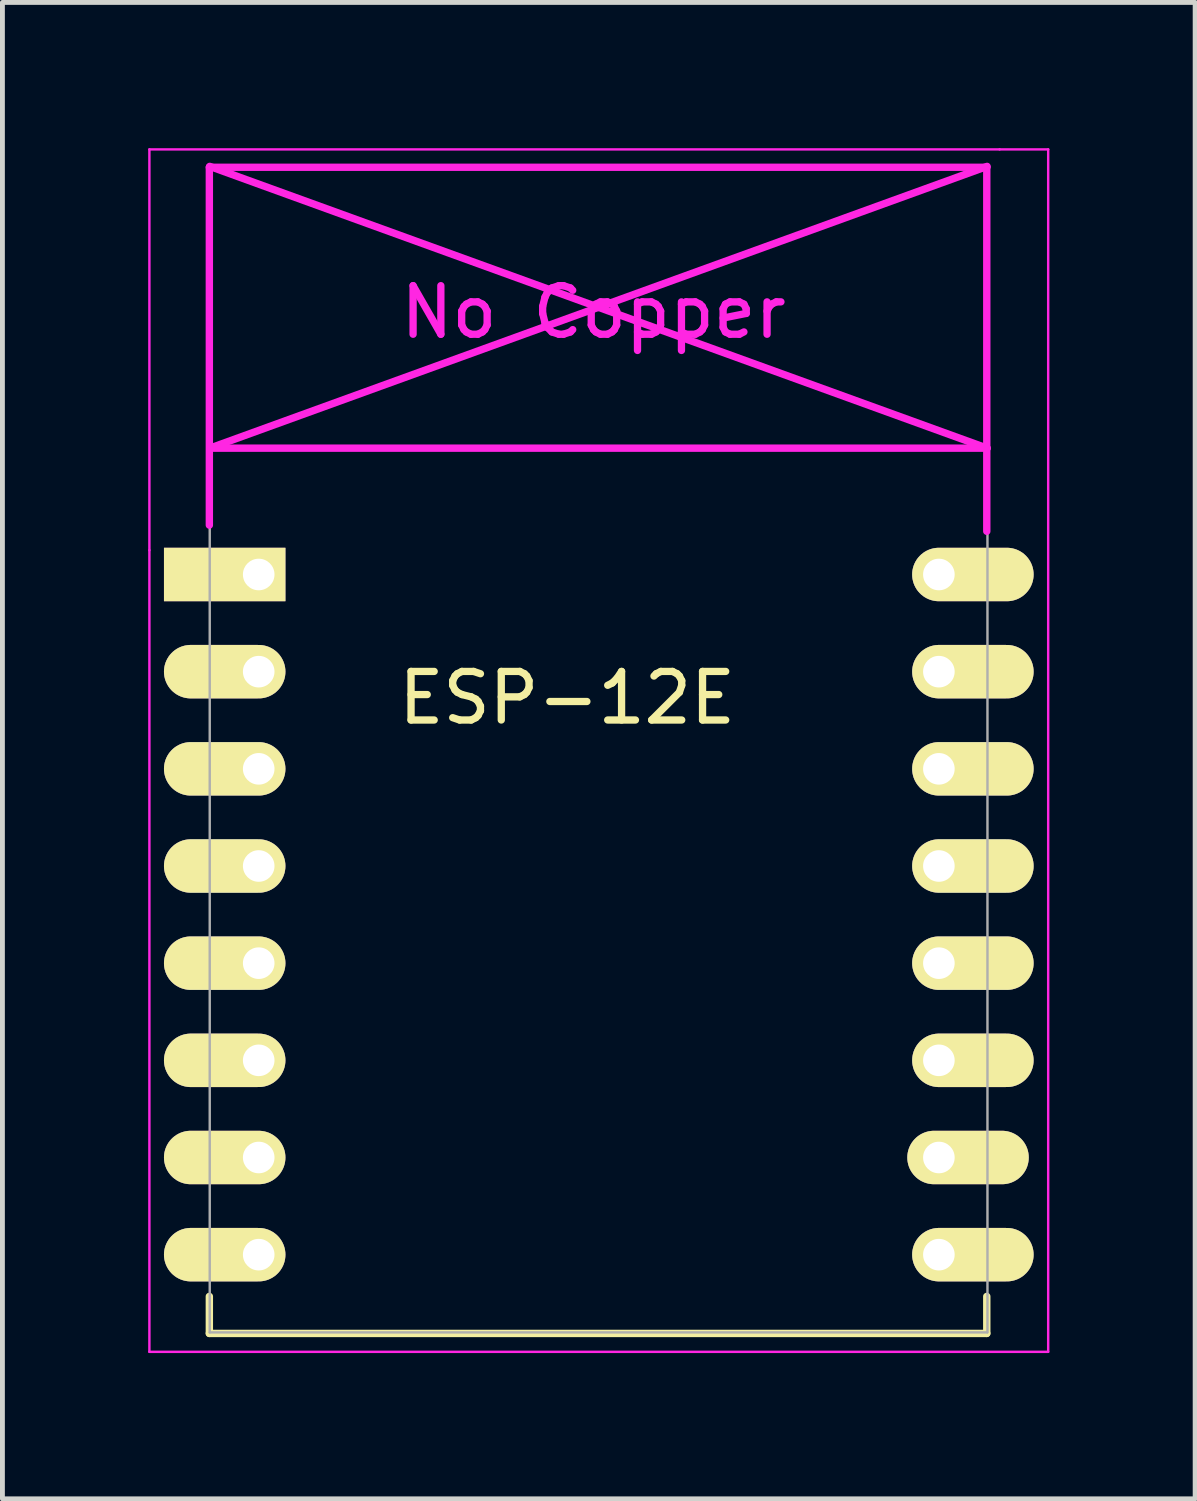
<source format=kicad_pcb>
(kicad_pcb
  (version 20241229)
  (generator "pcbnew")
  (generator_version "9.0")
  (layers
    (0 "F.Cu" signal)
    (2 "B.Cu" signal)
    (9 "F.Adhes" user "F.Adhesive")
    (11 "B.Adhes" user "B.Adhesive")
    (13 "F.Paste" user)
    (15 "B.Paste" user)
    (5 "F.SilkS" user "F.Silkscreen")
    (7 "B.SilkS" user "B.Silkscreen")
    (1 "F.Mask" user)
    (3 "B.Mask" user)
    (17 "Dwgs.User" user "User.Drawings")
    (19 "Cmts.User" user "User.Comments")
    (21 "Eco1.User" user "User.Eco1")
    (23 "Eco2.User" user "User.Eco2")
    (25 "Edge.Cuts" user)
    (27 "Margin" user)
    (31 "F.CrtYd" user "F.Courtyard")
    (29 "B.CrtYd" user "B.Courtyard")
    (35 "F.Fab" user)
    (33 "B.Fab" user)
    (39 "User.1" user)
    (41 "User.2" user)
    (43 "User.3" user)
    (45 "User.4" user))
  (footprint "ESP-12E"
    (layer "F.Cu")
    (at 2.275 8.775)
    (property "Reference" "ESP-12E" (at 6.35 2.54 0) (layer "F.SilkS") (effects (font (size 1 1) (thickness 0.15))))
    (attr through_hole)
    (fp_line (start -1.016 14.859) (end -1.016 15.621) (stroke (width 0.152) (type solid)) (layer "F.SilkS"))
    (fp_line (start -1.016 15.621) (end 14.986 15.621) (stroke (width 0.152) (type solid)) (layer "F.SilkS"))
    (fp_line (start 14.986 15.621) (end 14.986 14.859) (stroke (width 0.152) (type solid)) (layer "F.SilkS"))
    (fp_line (start -2.25 -8.75) (end 15.25 -8.75) (stroke (width 0.05) (type solid)) (layer "F.CrtYd"))
    (fp_line (start -2.25 -0.5) (end -2.25 -8.75) (stroke (width 0.05) (type solid)) (layer "F.CrtYd"))
    (fp_line (start -2.25 16) (end -2.25 -0.5) (stroke (width 0.05) (type solid)) (layer "F.CrtYd"))
    (fp_line (start -1.016 -8.382) (end -1.016 -1.016) (stroke (width 0.152) (type solid)) (layer "F.CrtYd"))
    (fp_line (start -1.016 -8.382) (end 14.986 -8.382) (stroke (width 0.152) (type solid)) (layer "F.CrtYd"))
    (fp_line (start -1.008 -8.4) (end 14.992 -2.6) (stroke (width 0.152) (type solid)) (layer "F.CrtYd"))
    (fp_line (start -1.008 -2.6) (end 14.992 -2.6) (stroke (width 0.152) (type solid)) (layer "F.CrtYd"))
    (fp_line (start 14.986 -8.382) (end 14.986 -0.889) (stroke (width 0.152) (type solid)) (layer "F.CrtYd"))
    (fp_line (start 14.992 -8.4) (end -1.008 -2.6) (stroke (width 0.152) (type solid)) (layer "F.CrtYd"))
    (fp_line (start 15.25 -8.75) (end 16.25 -8.75) (stroke (width 0.05) (type solid)) (layer "F.CrtYd"))
    (fp_line (start 16.25 -8.75) (end 16.25 16) (stroke (width 0.05) (type solid)) (layer "F.CrtYd"))
    (fp_line (start 16.25 16) (end -2.25 16) (stroke (width 0.05) (type solid)) (layer "F.CrtYd"))
    (fp_line (start -1.008 -8.4) (end 14.992 -8.4) (stroke (width 0.05) (type solid)) (layer "F.Fab"))
    (fp_line (start -1.008 15.6) (end -1.008 -8.4) (stroke (width 0.05) (type solid)) (layer "F.Fab"))
    (fp_line (start 14.992 15.6) (end -1.008 15.6) (stroke (width 0.05) (type solid)) (layer "F.Fab"))
    (fp_line (start 15 -8.4) (end 15 15.6) (stroke (width 0.05) (type solid)) (layer "F.Fab"))
    (fp_text user "No Copper" (at 6.892 -5.4 0) (layer "F.CrtYd") (effects (font (size 1 1) (thickness 0.15))))
    (pad "1" thru_hole rect (at 0 0) (size 2.5 1.1) (drill 0.65 (offset -0.7 0)) (layers "*.Cu" "*.Mask" "F.SilkS"))
    (pad "2" thru_hole oval (at 0 2) (size 2.5 1.1) (drill 0.65 (offset -0.7 0)) (layers "*.Cu" "*.Mask" "F.SilkS"))
    (pad "3" thru_hole oval (at 0 4) (size 2.5 1.1) (drill 0.65 (offset -0.7 0)) (layers "*.Cu" "*.Mask" "F.SilkS"))
    (pad "4" thru_hole oval (at 0 6) (size 2.5 1.1) (drill 0.65 (offset -0.7 0)) (layers "*.Cu" "*.Mask" "F.SilkS"))
    (pad "5" thru_hole oval (at 0 8) (size 2.5 1.1) (drill 0.65 (offset -0.7 0)) (layers "*.Cu" "*.Mask" "F.SilkS"))
    (pad "6" thru_hole oval (at 0 10) (size 2.5 1.1) (drill 0.65 (offset -0.7 0)) (layers "*.Cu" "*.Mask" "F.SilkS"))
    (pad "7" thru_hole oval (at 0 12) (size 2.5 1.1) (drill 0.65 (offset -0.7 0)) (layers "*.Cu" "*.Mask" "F.SilkS"))
    (pad "8" thru_hole oval (at 0 14) (size 2.5 1.1) (drill 0.65 (offset -0.7 0)) (layers "*.Cu" "*.Mask" "F.SilkS"))
    (pad "9" thru_hole oval (at 14 14) (size 2.5 1.1) (drill 0.65 (offset 0.7 0)) (layers "*.Cu" "*.Mask" "F.SilkS"))
    (pad "10" thru_hole oval (at 14 12) (size 2.5 1.1) (drill 0.65 (offset 0.6 0)) (layers "*.Cu" "*.Mask" "F.SilkS"))
    (pad "11" thru_hole oval (at 14 10) (size 2.5 1.1) (drill 0.65 (offset 0.7 0)) (layers "*.Cu" "*.Mask" "F.SilkS"))
    (pad "12" thru_hole oval (at 14 8) (size 2.5 1.1) (drill 0.65 (offset 0.7 0)) (layers "*.Cu" "*.Mask" "F.SilkS"))
    (pad "13" thru_hole oval (at 14 6) (size 2.5 1.1) (drill 0.65 (offset 0.7 0)) (layers "*.Cu" "*.Mask" "F.SilkS"))
    (pad "14" thru_hole oval (at 14 4) (size 2.5 1.1) (drill 0.65 (offset 0.7 0)) (layers "*.Cu" "*.Mask" "F.SilkS"))
    (pad "15" thru_hole oval (at 14 2) (size 2.5 1.1) (drill 0.65 (offset 0.7 0)) (layers "*.Cu" "*.Mask" "F.SilkS"))
    (pad "16" thru_hole oval (at 14 0) (size 2.5 1.1) (drill 0.65 (offset 0.7 0)) (layers "*.Cu" "*.Mask" "F.SilkS")))
  (gr_rect
    (start -3 -3)
    (end 21.55 27.8)
    (stroke (width 0.1) (type default))
    (fill no)
    (layer "Edge.Cuts")))
</source>
